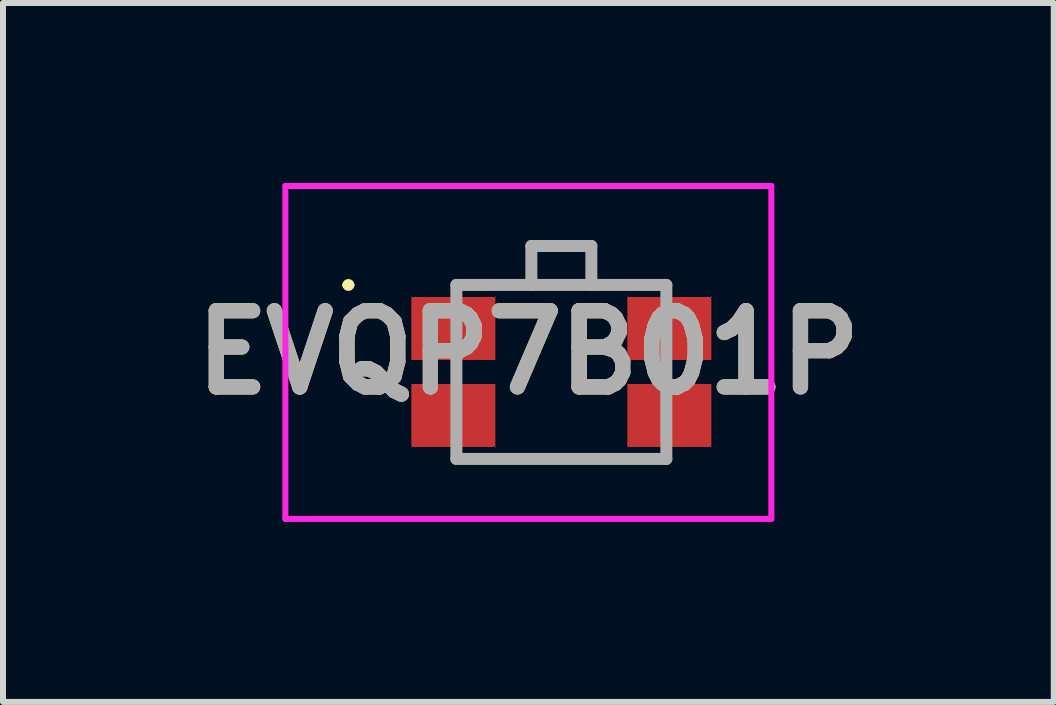
<source format=kicad_pcb>
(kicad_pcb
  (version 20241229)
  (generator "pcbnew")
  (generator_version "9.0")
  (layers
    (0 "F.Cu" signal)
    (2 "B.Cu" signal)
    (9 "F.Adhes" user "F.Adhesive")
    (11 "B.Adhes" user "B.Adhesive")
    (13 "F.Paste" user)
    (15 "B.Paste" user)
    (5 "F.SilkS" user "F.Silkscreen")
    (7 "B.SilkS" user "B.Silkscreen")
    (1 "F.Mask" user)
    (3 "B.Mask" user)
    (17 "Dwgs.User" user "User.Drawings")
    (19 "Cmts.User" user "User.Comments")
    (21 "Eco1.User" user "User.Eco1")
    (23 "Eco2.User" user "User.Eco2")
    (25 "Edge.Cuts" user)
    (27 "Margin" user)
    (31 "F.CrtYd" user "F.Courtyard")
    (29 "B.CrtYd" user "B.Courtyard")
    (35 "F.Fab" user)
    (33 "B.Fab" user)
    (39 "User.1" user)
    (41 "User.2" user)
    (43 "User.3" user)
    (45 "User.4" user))
  (footprint "EVQP7B01P"
    (layer "F.Cu")
    (at 6.307 1.7)
    (property "Reference" "EVQP7B01P" (at -0.55 1.125 0) (layer "F.SilkS") (effects (font (size 1.27 1.27) (thickness 0.254))))
    (attr smd)
    (fp_line (start -3.6 0) (end -3.6 0) (stroke (width 0.1) (type solid)) (layer "F.SilkS"))
    (fp_line (start -3.5 0) (end -3.5 0) (stroke (width 0.1) (type solid)) (layer "F.SilkS"))
    (fp_line (start -1 0) (end -0.5 0) (stroke (width 0.1) (type solid)) (layer "F.SilkS"))
    (fp_line (start -0.5 -0.65) (end 0.5 -0.65) (stroke (width 0.1) (type solid)) (layer "F.SilkS"))
    (fp_line (start -0.5 0) (end -0.5 -0.65) (stroke (width 0.1) (type solid)) (layer "F.SilkS"))
    (fp_line (start -0.5 2.9) (end 0.5 2.9) (stroke (width 0.1) (type solid)) (layer "F.SilkS"))
    (fp_line (start 0.5 -0.65) (end 0.5 0) (stroke (width 0.1) (type solid)) (layer "F.SilkS"))
    (fp_line (start 0.5 0) (end 1.5 0) (stroke (width 0.1) (type solid)) (layer "F.SilkS"))
    (fp_arc (start -3.6 0) (mid -3.55 -0.05) (end -3.5 0) (stroke (width 0.1) (type solid)) (layer "F.SilkS"))
    (fp_arc (start -3.5 0) (mid -3.55 0.05) (end -3.6 0) (stroke (width 0.1) (type solid)) (layer "F.SilkS"))
    (fp_line (start -4.6 -1.65) (end 3.5 -1.65) (stroke (width 0.1) (type solid)) (layer "F.CrtYd"))
    (fp_line (start -4.6 3.9) (end -4.6 -1.65) (stroke (width 0.1) (type solid)) (layer "F.CrtYd"))
    (fp_line (start 3.5 -1.65) (end 3.5 3.9) (stroke (width 0.1) (type solid)) (layer "F.CrtYd"))
    (fp_line (start 3.5 3.9) (end -4.6 3.9) (stroke (width 0.1) (type solid)) (layer "F.CrtYd"))
    (fp_line (start -1.75 0) (end 1.75 0) (stroke (width 0.2) (type solid)) (layer "F.Fab"))
    (fp_line (start -1.75 2.9) (end -1.75 0) (stroke (width 0.2) (type solid)) (layer "F.Fab"))
    (fp_line (start -0.5 -0.65) (end 0.5 -0.65) (stroke (width 0.2) (type solid)) (layer "F.Fab"))
    (fp_line (start -0.5 0) (end -0.5 -0.65) (stroke (width 0.2) (type solid)) (layer "F.Fab"))
    (fp_line (start 0.5 -0.65) (end 0.5 0) (stroke (width 0.2) (type solid)) (layer "F.Fab"))
    (fp_line (start 1.75 0) (end 1.75 2.9) (stroke (width 0.2) (type solid)) (layer "F.Fab"))
    (fp_line (start 1.75 2.9) (end -1.75 2.9) (stroke (width 0.2) (type solid)) (layer "F.Fab"))
    (fp_text user "${REFERENCE}" (at -0.55 1.125 0) (layer "F.Fab") (effects (font (size 1.27 1.27) (thickness 0.254))))
    (pad "A1" smd rect (at -1.8 0.725 90) (size 1.05 1.4) (layers "F.Cu" "F.Mask" "F.Paste"))
    (pad "A2" smd rect (at -1.8 2.175 90) (size 1.05 1.4) (layers "F.Cu" "F.Mask" "F.Paste"))
    (pad "B1" smd rect (at 1.8 0.725 90) (size 1.05 1.4) (layers "F.Cu" "F.Mask" "F.Paste"))
    (pad "B2" smd rect (at 1.8 2.175 90) (size 1.05 1.4) (layers "F.Cu" "F.Mask" "F.Paste")))
  (gr_rect
    (start -3 -3)
    (end 14.515 8.65)
    (stroke (width 0.1) (type default))
    (fill no)
    (layer "Edge.Cuts")))
</source>
